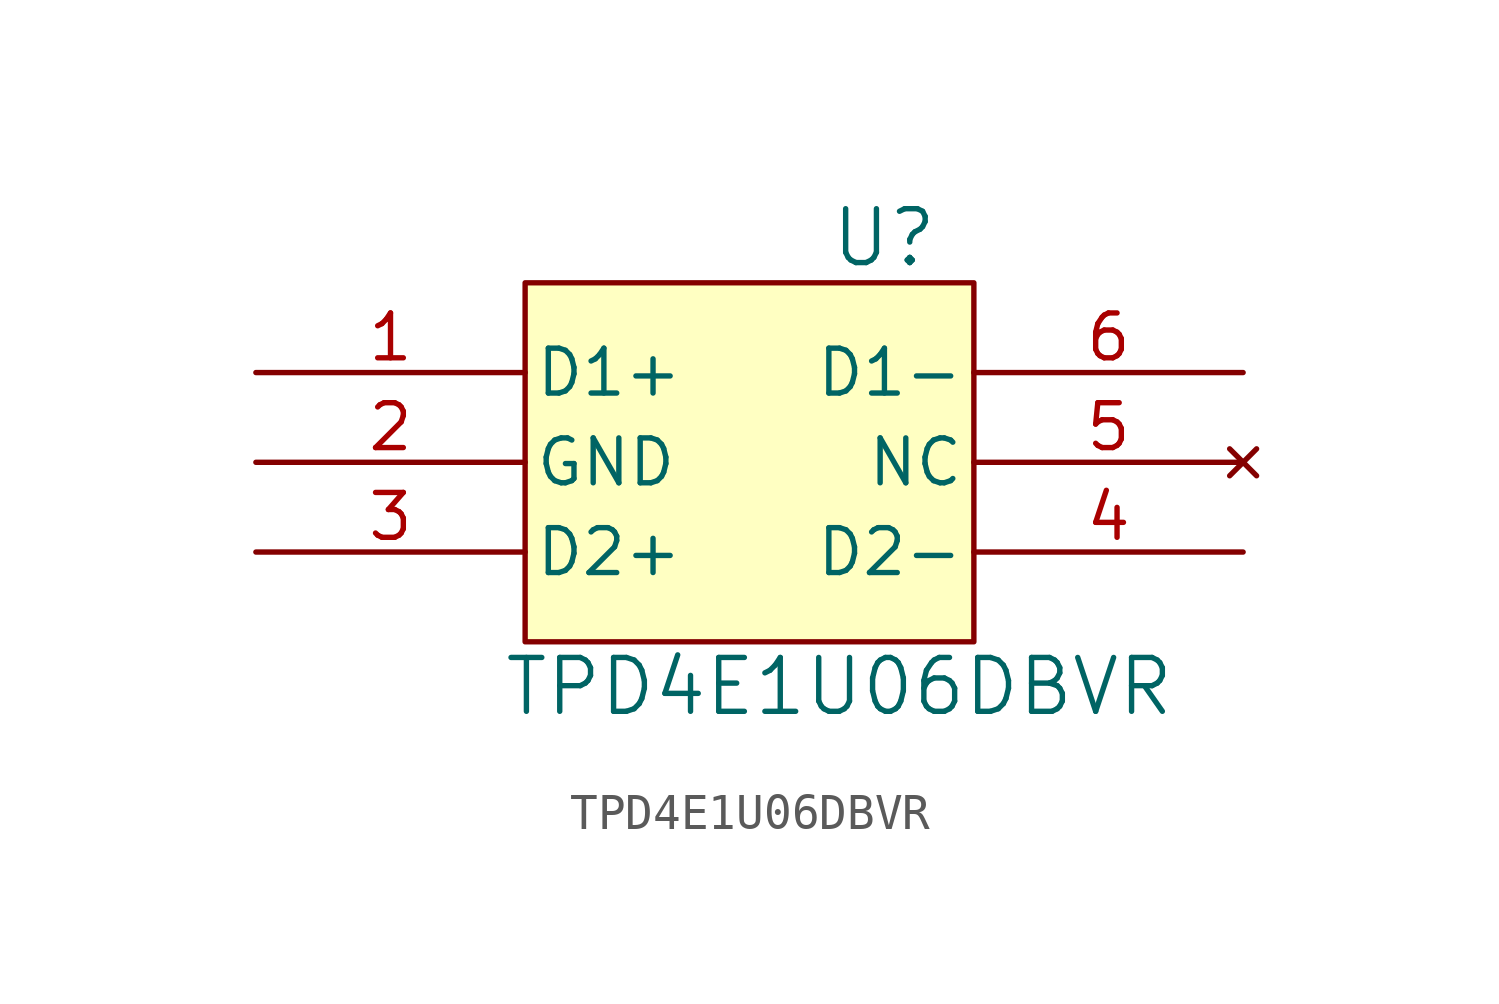
<source format=kicad_sym>
(kicad_symbol_lib
  (version 20220914)
  (generator kicad_symbol_editor)
  (symbol "TPD4E1U06DBVR"
    (pin_names
      (offset 0.254))
    (property "Reference" "U"
      (at 17.78 3.81 0)
      (effects (font (size 1.524 1.524))))
    (property "Value" "TPD4E1U06DBVR"
      (at 16.51 -8.89 0)
      (effects (font (size 1.524 1.524))))
    (property "ki_locked" ""
      (at 0 0 0)
      (effects (font (size 1.27 1.27))))
    (symbol "TPD4E1U06DBVR_0_1"
      (pin bidirectional line (at 0 0 0) (length 7.62) (name "D1+" (effects (font (size 1.27 1.27)))) (number "1" (effects (font (size 1.27 1.27)))))
      (pin power_in line (at 0 -2.54 0) (length 7.62) (name "GND" (effects (font (size 1.27 1.27)))) (number "2" (effects (font (size 1.27 1.27)))))
      (pin bidirectional line (at 0 -5.08 0) (length 7.62) (name "D2+" (effects (font (size 1.27 1.27)))) (number "3" (effects (font (size 1.27 1.27)))))
      (pin bidirectional line (at 27.94 -5.08 180) (length 7.62) (name "D2-" (effects (font (size 1.27 1.27)))) (number "4" (effects (font (size 1.27 1.27)))))
      (pin no_connect line (at 27.94 -2.54 180) (length 7.62) (name "NC" (effects (font (size 1.27 1.27)))) (number "5" (effects (font (size 1.27 1.27)))))
      (pin bidirectional line (at 27.94 0 180) (length 7.62) (name "D1-" (effects (font (size 1.27 1.27)))) (number "6" (effects (font (size 1.27 1.27))))))
    (symbol "TPD4E1U06DBVR_1_1"
      (rectangle (start 7.62 2.54) (end 20.32 -7.62) (stroke (width 0) (type default)) (fill (type background))))))
</source>
